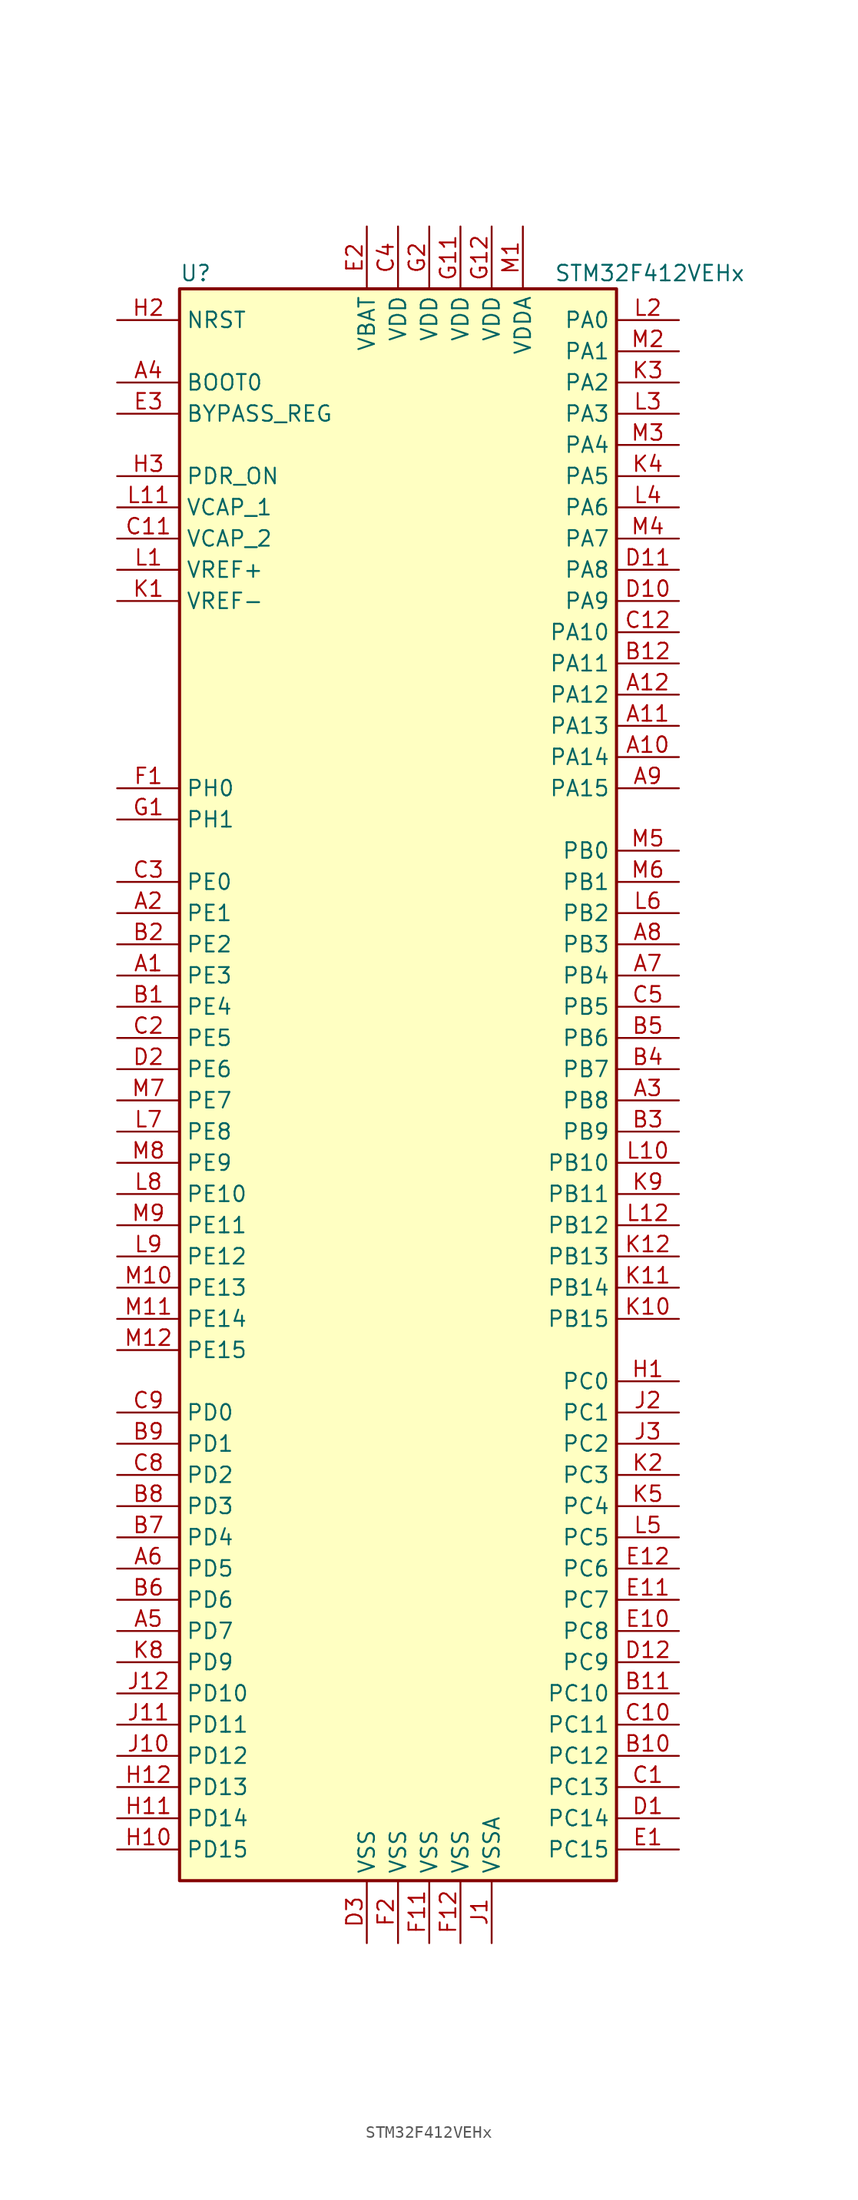
<source format=kicad_sym>
(kicad_symbol_lib
  (version 20201005)
  (generator kicad_symbol_editor)
  (symbol "MCU_ST_STM32F4:STM32F412VEHx"
    (property "Reference" "U"
      (at -17.78 64.77 0)
      (effects (font (size 1.27 1.27)) (justify left)))
    (property "Value" "STM32F412VEHx"
      (at 12.7 64.77 0)
      (effects (font (size 1.27 1.27)) (justify left)))
    (symbol "STM32F412VEHx_0_1"
      (rectangle (start -17.78 -66.04) (end 17.78 63.5) (stroke (width 0.254)) (fill (type background))))
    (symbol "STM32F412VEHx_1_1"
      (pin input line (at -22.86 55.88 0) (length 5.08) (name "BOOT0" (effects (font (size 1.27 1.27)))) (number "A4" (effects (font (size 1.27 1.27)))))
      (pin input line (at -22.86 53.34 0) (length 5.08) (name "BYPASS_REG" (effects (font (size 1.27 1.27)))) (number "E3" (effects (font (size 1.27 1.27)))))
      (pin input line (at -22.86 60.96 0) (length 5.08) (name "NRST" (effects (font (size 1.27 1.27)))) (number "H2" (effects (font (size 1.27 1.27)))))
      (pin bidirectional line (at 22.86 60.96 180) (length 5.08) (name "PA0" (effects (font (size 1.27 1.27)))) (number "L2" (effects (font (size 1.27 1.27)))))
      (pin bidirectional line (at 22.86 58.42 180) (length 5.08) (name "PA1" (effects (font (size 1.27 1.27)))) (number "M2" (effects (font (size 1.27 1.27)))))
      (pin bidirectional line (at 22.86 35.56 180) (length 5.08) (name "PA10" (effects (font (size 1.27 1.27)))) (number "C12" (effects (font (size 1.27 1.27)))))
      (pin bidirectional line (at 22.86 33.02 180) (length 5.08) (name "PA11" (effects (font (size 1.27 1.27)))) (number "B12" (effects (font (size 1.27 1.27)))))
      (pin bidirectional line (at 22.86 30.48 180) (length 5.08) (name "PA12" (effects (font (size 1.27 1.27)))) (number "A12" (effects (font (size 1.27 1.27)))))
      (pin bidirectional line (at 22.86 27.94 180) (length 5.08) (name "PA13" (effects (font (size 1.27 1.27)))) (number "A11" (effects (font (size 1.27 1.27)))))
      (pin bidirectional line (at 22.86 25.4 180) (length 5.08) (name "PA14" (effects (font (size 1.27 1.27)))) (number "A10" (effects (font (size 1.27 1.27)))))
      (pin bidirectional line (at 22.86 22.86 180) (length 5.08) (name "PA15" (effects (font (size 1.27 1.27)))) (number "A9" (effects (font (size 1.27 1.27)))))
      (pin bidirectional line (at 22.86 55.88 180) (length 5.08) (name "PA2" (effects (font (size 1.27 1.27)))) (number "K3" (effects (font (size 1.27 1.27)))))
      (pin bidirectional line (at 22.86 53.34 180) (length 5.08) (name "PA3" (effects (font (size 1.27 1.27)))) (number "L3" (effects (font (size 1.27 1.27)))))
      (pin bidirectional line (at 22.86 50.8 180) (length 5.08) (name "PA4" (effects (font (size 1.27 1.27)))) (number "M3" (effects (font (size 1.27 1.27)))))
      (pin bidirectional line (at 22.86 48.26 180) (length 5.08) (name "PA5" (effects (font (size 1.27 1.27)))) (number "K4" (effects (font (size 1.27 1.27)))))
      (pin bidirectional line (at 22.86 45.72 180) (length 5.08) (name "PA6" (effects (font (size 1.27 1.27)))) (number "L4" (effects (font (size 1.27 1.27)))))
      (pin bidirectional line (at 22.86 43.18 180) (length 5.08) (name "PA7" (effects (font (size 1.27 1.27)))) (number "M4" (effects (font (size 1.27 1.27)))))
      (pin bidirectional line (at 22.86 40.64 180) (length 5.08) (name "PA8" (effects (font (size 1.27 1.27)))) (number "D11" (effects (font (size 1.27 1.27)))))
      (pin bidirectional line (at 22.86 38.1 180) (length 5.08) (name "PA9" (effects (font (size 1.27 1.27)))) (number "D10" (effects (font (size 1.27 1.27)))))
      (pin bidirectional line (at 22.86 17.78 180) (length 5.08) (name "PB0" (effects (font (size 1.27 1.27)))) (number "M5" (effects (font (size 1.27 1.27)))))
      (pin bidirectional line (at 22.86 15.24 180) (length 5.08) (name "PB1" (effects (font (size 1.27 1.27)))) (number "M6" (effects (font (size 1.27 1.27)))))
      (pin bidirectional line (at 22.86 -7.62 180) (length 5.08) (name "PB10" (effects (font (size 1.27 1.27)))) (number "L10" (effects (font (size 1.27 1.27)))))
      (pin bidirectional line (at 22.86 -10.16 180) (length 5.08) (name "PB11" (effects (font (size 1.27 1.27)))) (number "K9" (effects (font (size 1.27 1.27)))))
      (pin bidirectional line (at 22.86 -12.7 180) (length 5.08) (name "PB12" (effects (font (size 1.27 1.27)))) (number "L12" (effects (font (size 1.27 1.27)))))
      (pin bidirectional line (at 22.86 -15.24 180) (length 5.08) (name "PB13" (effects (font (size 1.27 1.27)))) (number "K12" (effects (font (size 1.27 1.27)))))
      (pin bidirectional line (at 22.86 -17.78 180) (length 5.08) (name "PB14" (effects (font (size 1.27 1.27)))) (number "K11" (effects (font (size 1.27 1.27)))))
      (pin bidirectional line (at 22.86 -20.32 180) (length 5.08) (name "PB15" (effects (font (size 1.27 1.27)))) (number "K10" (effects (font (size 1.27 1.27)))))
      (pin bidirectional line (at 22.86 12.7 180) (length 5.08) (name "PB2" (effects (font (size 1.27 1.27)))) (number "L6" (effects (font (size 1.27 1.27)))))
      (pin bidirectional line (at 22.86 10.16 180) (length 5.08) (name "PB3" (effects (font (size 1.27 1.27)))) (number "A8" (effects (font (size 1.27 1.27)))))
      (pin bidirectional line (at 22.86 7.62 180) (length 5.08) (name "PB4" (effects (font (size 1.27 1.27)))) (number "A7" (effects (font (size 1.27 1.27)))))
      (pin bidirectional line (at 22.86 5.08 180) (length 5.08) (name "PB5" (effects (font (size 1.27 1.27)))) (number "C5" (effects (font (size 1.27 1.27)))))
      (pin bidirectional line (at 22.86 2.54 180) (length 5.08) (name "PB6" (effects (font (size 1.27 1.27)))) (number "B5" (effects (font (size 1.27 1.27)))))
      (pin bidirectional line (at 22.86 0 180) (length 5.08) (name "PB7" (effects (font (size 1.27 1.27)))) (number "B4" (effects (font (size 1.27 1.27)))))
      (pin bidirectional line (at 22.86 -2.54 180) (length 5.08) (name "PB8" (effects (font (size 1.27 1.27)))) (number "A3" (effects (font (size 1.27 1.27)))))
      (pin bidirectional line (at 22.86 -5.08 180) (length 5.08) (name "PB9" (effects (font (size 1.27 1.27)))) (number "B3" (effects (font (size 1.27 1.27)))))
      (pin bidirectional line (at 22.86 -25.4 180) (length 5.08) (name "PC0" (effects (font (size 1.27 1.27)))) (number "H1" (effects (font (size 1.27 1.27)))))
      (pin bidirectional line (at 22.86 -27.94 180) (length 5.08) (name "PC1" (effects (font (size 1.27 1.27)))) (number "J2" (effects (font (size 1.27 1.27)))))
      (pin bidirectional line (at 22.86 -50.8 180) (length 5.08) (name "PC10" (effects (font (size 1.27 1.27)))) (number "B11" (effects (font (size 1.27 1.27)))))
      (pin bidirectional line (at 22.86 -53.34 180) (length 5.08) (name "PC11" (effects (font (size 1.27 1.27)))) (number "C10" (effects (font (size 1.27 1.27)))))
      (pin bidirectional line (at 22.86 -55.88 180) (length 5.08) (name "PC12" (effects (font (size 1.27 1.27)))) (number "B10" (effects (font (size 1.27 1.27)))))
      (pin bidirectional line (at 22.86 -58.42 180) (length 5.08) (name "PC13" (effects (font (size 1.27 1.27)))) (number "C1" (effects (font (size 1.27 1.27)))))
      (pin bidirectional line (at 22.86 -60.96 180) (length 5.08) (name "PC14" (effects (font (size 1.27 1.27)))) (number "D1" (effects (font (size 1.27 1.27)))))
      (pin bidirectional line (at 22.86 -63.5 180) (length 5.08) (name "PC15" (effects (font (size 1.27 1.27)))) (number "E1" (effects (font (size 1.27 1.27)))))
      (pin bidirectional line (at 22.86 -30.48 180) (length 5.08) (name "PC2" (effects (font (size 1.27 1.27)))) (number "J3" (effects (font (size 1.27 1.27)))))
      (pin bidirectional line (at 22.86 -33.02 180) (length 5.08) (name "PC3" (effects (font (size 1.27 1.27)))) (number "K2" (effects (font (size 1.27 1.27)))))
      (pin bidirectional line (at 22.86 -35.56 180) (length 5.08) (name "PC4" (effects (font (size 1.27 1.27)))) (number "K5" (effects (font (size 1.27 1.27)))))
      (pin bidirectional line (at 22.86 -38.1 180) (length 5.08) (name "PC5" (effects (font (size 1.27 1.27)))) (number "L5" (effects (font (size 1.27 1.27)))))
      (pin bidirectional line (at 22.86 -40.64 180) (length 5.08) (name "PC6" (effects (font (size 1.27 1.27)))) (number "E12" (effects (font (size 1.27 1.27)))))
      (pin bidirectional line (at 22.86 -43.18 180) (length 5.08) (name "PC7" (effects (font (size 1.27 1.27)))) (number "E11" (effects (font (size 1.27 1.27)))))
      (pin bidirectional line (at 22.86 -45.72 180) (length 5.08) (name "PC8" (effects (font (size 1.27 1.27)))) (number "E10" (effects (font (size 1.27 1.27)))))
      (pin bidirectional line (at 22.86 -48.26 180) (length 5.08) (name "PC9" (effects (font (size 1.27 1.27)))) (number "D12" (effects (font (size 1.27 1.27)))))
      (pin bidirectional line (at -22.86 -27.94 0) (length 5.08) (name "PD0" (effects (font (size 1.27 1.27)))) (number "C9" (effects (font (size 1.27 1.27)))))
      (pin bidirectional line (at -22.86 -30.48 0) (length 5.08) (name "PD1" (effects (font (size 1.27 1.27)))) (number "B9" (effects (font (size 1.27 1.27)))))
      (pin bidirectional line (at -22.86 -50.8 0) (length 5.08) (name "PD10" (effects (font (size 1.27 1.27)))) (number "J12" (effects (font (size 1.27 1.27)))))
      (pin bidirectional line (at -22.86 -53.34 0) (length 5.08) (name "PD11" (effects (font (size 1.27 1.27)))) (number "J11" (effects (font (size 1.27 1.27)))))
      (pin bidirectional line (at -22.86 -55.88 0) (length 5.08) (name "PD12" (effects (font (size 1.27 1.27)))) (number "J10" (effects (font (size 1.27 1.27)))))
      (pin bidirectional line (at -22.86 -58.42 0) (length 5.08) (name "PD13" (effects (font (size 1.27 1.27)))) (number "H12" (effects (font (size 1.27 1.27)))))
      (pin bidirectional line (at -22.86 -60.96 0) (length 5.08) (name "PD14" (effects (font (size 1.27 1.27)))) (number "H11" (effects (font (size 1.27 1.27)))))
      (pin bidirectional line (at -22.86 -63.5 0) (length 5.08) (name "PD15" (effects (font (size 1.27 1.27)))) (number "H10" (effects (font (size 1.27 1.27)))))
      (pin bidirectional line (at -22.86 -33.02 0) (length 5.08) (name "PD2" (effects (font (size 1.27 1.27)))) (number "C8" (effects (font (size 1.27 1.27)))))
      (pin bidirectional line (at -22.86 -35.56 0) (length 5.08) (name "PD3" (effects (font (size 1.27 1.27)))) (number "B8" (effects (font (size 1.27 1.27)))))
      (pin bidirectional line (at -22.86 -38.1 0) (length 5.08) (name "PD4" (effects (font (size 1.27 1.27)))) (number "B7" (effects (font (size 1.27 1.27)))))
      (pin bidirectional line (at -22.86 -40.64 0) (length 5.08) (name "PD5" (effects (font (size 1.27 1.27)))) (number "A6" (effects (font (size 1.27 1.27)))))
      (pin bidirectional line (at -22.86 -43.18 0) (length 5.08) (name "PD6" (effects (font (size 1.27 1.27)))) (number "B6" (effects (font (size 1.27 1.27)))))
      (pin bidirectional line (at -22.86 -45.72 0) (length 5.08) (name "PD7" (effects (font (size 1.27 1.27)))) (number "A5" (effects (font (size 1.27 1.27)))))
      (pin bidirectional line (at -22.86 -48.26 0) (length 5.08) (name "PD9" (effects (font (size 1.27 1.27)))) (number "K8" (effects (font (size 1.27 1.27)))))
      (pin power_in line (at -22.86 48.26 0) (length 5.08) (name "PDR_ON" (effects (font (size 1.27 1.27)))) (number "H3" (effects (font (size 1.27 1.27)))))
      (pin bidirectional line (at -22.86 15.24 0) (length 5.08) (name "PE0" (effects (font (size 1.27 1.27)))) (number "C3" (effects (font (size 1.27 1.27)))))
      (pin bidirectional line (at -22.86 12.7 0) (length 5.08) (name "PE1" (effects (font (size 1.27 1.27)))) (number "A2" (effects (font (size 1.27 1.27)))))
      (pin bidirectional line (at -22.86 -10.16 0) (length 5.08) (name "PE10" (effects (font (size 1.27 1.27)))) (number "L8" (effects (font (size 1.27 1.27)))))
      (pin bidirectional line (at -22.86 -12.7 0) (length 5.08) (name "PE11" (effects (font (size 1.27 1.27)))) (number "M9" (effects (font (size 1.27 1.27)))))
      (pin bidirectional line (at -22.86 -15.24 0) (length 5.08) (name "PE12" (effects (font (size 1.27 1.27)))) (number "L9" (effects (font (size 1.27 1.27)))))
      (pin bidirectional line (at -22.86 -17.78 0) (length 5.08) (name "PE13" (effects (font (size 1.27 1.27)))) (number "M10" (effects (font (size 1.27 1.27)))))
      (pin bidirectional line (at -22.86 -20.32 0) (length 5.08) (name "PE14" (effects (font (size 1.27 1.27)))) (number "M11" (effects (font (size 1.27 1.27)))))
      (pin bidirectional line (at -22.86 -22.86 0) (length 5.08) (name "PE15" (effects (font (size 1.27 1.27)))) (number "M12" (effects (font (size 1.27 1.27)))))
      (pin bidirectional line (at -22.86 10.16 0) (length 5.08) (name "PE2" (effects (font (size 1.27 1.27)))) (number "B2" (effects (font (size 1.27 1.27)))))
      (pin bidirectional line (at -22.86 7.62 0) (length 5.08) (name "PE3" (effects (font (size 1.27 1.27)))) (number "A1" (effects (font (size 1.27 1.27)))))
      (pin bidirectional line (at -22.86 5.08 0) (length 5.08) (name "PE4" (effects (font (size 1.27 1.27)))) (number "B1" (effects (font (size 1.27 1.27)))))
      (pin bidirectional line (at -22.86 2.54 0) (length 5.08) (name "PE5" (effects (font (size 1.27 1.27)))) (number "C2" (effects (font (size 1.27 1.27)))))
      (pin bidirectional line (at -22.86 0 0) (length 5.08) (name "PE6" (effects (font (size 1.27 1.27)))) (number "D2" (effects (font (size 1.27 1.27)))))
      (pin bidirectional line (at -22.86 -2.54 0) (length 5.08) (name "PE7" (effects (font (size 1.27 1.27)))) (number "M7" (effects (font (size 1.27 1.27)))))
      (pin bidirectional line (at -22.86 -5.08 0) (length 5.08) (name "PE8" (effects (font (size 1.27 1.27)))) (number "L7" (effects (font (size 1.27 1.27)))))
      (pin bidirectional line (at -22.86 -7.62 0) (length 5.08) (name "PE9" (effects (font (size 1.27 1.27)))) (number "M8" (effects (font (size 1.27 1.27)))))
      (pin input line (at -22.86 22.86 0) (length 5.08) (name "PH0" (effects (font (size 1.27 1.27)))) (number "F1" (effects (font (size 1.27 1.27)))))
      (pin input line (at -22.86 20.32 0) (length 5.08) (name "PH1" (effects (font (size 1.27 1.27)))) (number "G1" (effects (font (size 1.27 1.27)))))
      (pin power_in line (at -2.54 68.58 270) (length 5.08) (name "VBAT" (effects (font (size 1.27 1.27)))) (number "E2" (effects (font (size 1.27 1.27)))))
      (pin power_in line (at -22.86 45.72 0) (length 5.08) (name "VCAP_1" (effects (font (size 1.27 1.27)))) (number "L11" (effects (font (size 1.27 1.27)))))
      (pin power_in line (at -22.86 43.18 0) (length 5.08) (name "VCAP_2" (effects (font (size 1.27 1.27)))) (number "C11" (effects (font (size 1.27 1.27)))))
      (pin power_in line (at 0 68.58 270) (length 5.08) (name "VDD" (effects (font (size 1.27 1.27)))) (number "C4" (effects (font (size 1.27 1.27)))))
      (pin power_in line (at 5.08 68.58 270) (length 5.08) (name "VDD" (effects (font (size 1.27 1.27)))) (number "G11" (effects (font (size 1.27 1.27)))))
      (pin power_in line (at 7.62 68.58 270) (length 5.08) (name "VDD" (effects (font (size 1.27 1.27)))) (number "G12" (effects (font (size 1.27 1.27)))))
      (pin power_in line (at 2.54 68.58 270) (length 5.08) (name "VDD" (effects (font (size 1.27 1.27)))) (number "G2" (effects (font (size 1.27 1.27)))))
      (pin power_in line (at 10.16 68.58 270) (length 5.08) (name "VDDA" (effects (font (size 1.27 1.27)))) (number "M1" (effects (font (size 1.27 1.27)))))
      (pin power_in line (at -22.86 40.64 0) (length 5.08) (name "VREF+" (effects (font (size 1.27 1.27)))) (number "L1" (effects (font (size 1.27 1.27)))))
      (pin power_in line (at -22.86 38.1 0) (length 5.08) (name "VREF-" (effects (font (size 1.27 1.27)))) (number "K1" (effects (font (size 1.27 1.27)))))
      (pin power_in line (at -2.54 -71.12 90) (length 5.08) (name "VSS" (effects (font (size 1.27 1.27)))) (number "D3" (effects (font (size 1.27 1.27)))))
      (pin power_in line (at 2.54 -71.12 90) (length 5.08) (name "VSS" (effects (font (size 1.27 1.27)))) (number "F11" (effects (font (size 1.27 1.27)))))
      (pin power_in line (at 5.08 -71.12 90) (length 5.08) (name "VSS" (effects (font (size 1.27 1.27)))) (number "F12" (effects (font (size 1.27 1.27)))))
      (pin power_in line (at 0 -71.12 90) (length 5.08) (name "VSS" (effects (font (size 1.27 1.27)))) (number "F2" (effects (font (size 1.27 1.27)))))
      (pin power_in line (at 7.62 -71.12 90) (length 5.08) (name "VSSA" (effects (font (size 1.27 1.27)))) (number "J1" (effects (font (size 1.27 1.27))))))))
</source>
